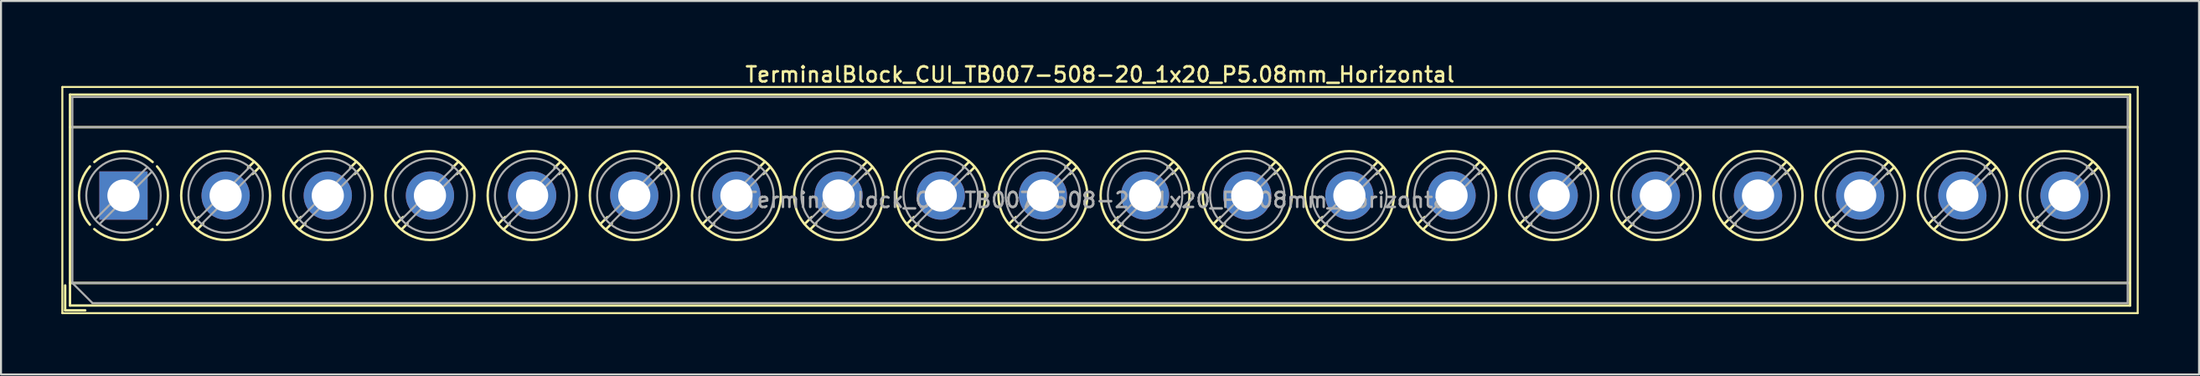
<source format=kicad_pcb>
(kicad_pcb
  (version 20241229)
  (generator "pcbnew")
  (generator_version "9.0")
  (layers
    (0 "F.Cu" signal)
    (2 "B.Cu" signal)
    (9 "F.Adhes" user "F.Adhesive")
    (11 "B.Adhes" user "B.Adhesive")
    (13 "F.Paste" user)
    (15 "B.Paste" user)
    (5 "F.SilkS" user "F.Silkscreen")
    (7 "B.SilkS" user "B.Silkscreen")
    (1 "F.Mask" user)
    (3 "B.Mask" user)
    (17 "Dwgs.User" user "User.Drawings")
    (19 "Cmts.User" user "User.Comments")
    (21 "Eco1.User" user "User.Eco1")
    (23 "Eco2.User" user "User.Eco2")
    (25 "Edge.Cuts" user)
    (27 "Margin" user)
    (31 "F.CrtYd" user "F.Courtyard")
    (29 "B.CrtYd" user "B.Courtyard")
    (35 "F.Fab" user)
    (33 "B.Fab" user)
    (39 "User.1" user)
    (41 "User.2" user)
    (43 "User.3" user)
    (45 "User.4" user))
  (footprint "TerminalBlock_CUI_TB007-508-20_1x20_P5.08mm_Horizontal"
    (layer "F.Cu")
    (at 3.09 6.678)
    (property "Reference" "TerminalBlock_CUI_TB007-508-20_1x20_P5.08mm_Horizontal" (at 48.56 -6.02 0) (layer "F.SilkS") (effects (font (size 0.75 0.75) (thickness 0.125))))
    (attr through_hole)
    (fp_line (start -3.04 -5.4) (end -3.04 5.85) (stroke (width 0.1) (type solid)) (layer "F.SilkS"))
    (fp_line (start -3.04 5.85) (end 100.16 5.85) (stroke (width 0.1) (type solid)) (layer "F.SilkS"))
    (fp_line (start -2.9 4.47) (end -2.9 5.71) (stroke (width 0.12) (type solid)) (layer "F.SilkS"))
    (fp_line (start -2.9 5.71) (end -1.9 5.71) (stroke (width 0.12) (type solid)) (layer "F.SilkS"))
    (fp_line (start -2.66 -5.02) (end -2.66 5.47) (stroke (width 0.12) (type solid)) (layer "F.SilkS"))
    (fp_line (start -2.66 -5.02) (end 99.78 -5.02) (stroke (width 0.12) (type solid)) (layer "F.SilkS"))
    (fp_line (start -2.66 -3.401) (end 99.78 -3.401) (stroke (width 0.12) (type solid)) (layer "F.SilkS"))
    (fp_line (start -2.66 4.35) (end 99.78 4.35) (stroke (width 0.12) (type solid)) (layer "F.SilkS"))
    (fp_line (start -2.66 5.47) (end 99.78 5.47) (stroke (width 0.12) (type solid)) (layer "F.SilkS"))
    (fp_line (start 3.743 1.068) (end 3.404 1.407) (stroke (width 0.12) (type solid)) (layer "F.SilkS"))
    (fp_line (start 3.967 1.384) (end 3.674 1.676) (stroke (width 0.12) (type solid)) (layer "F.SilkS"))
    (fp_line (start 6.487 -1.676) (end 6.194 -1.384) (stroke (width 0.12) (type solid)) (layer "F.SilkS"))
    (fp_line (start 6.757 -1.407) (end 6.418 -1.068) (stroke (width 0.12) (type solid)) (layer "F.SilkS"))
    (fp_line (start 8.823 1.068) (end 8.484 1.407) (stroke (width 0.12) (type solid)) (layer "F.SilkS"))
    (fp_line (start 9.047 1.384) (end 8.754 1.676) (stroke (width 0.12) (type solid)) (layer "F.SilkS"))
    (fp_line (start 11.567 -1.676) (end 11.274 -1.384) (stroke (width 0.12) (type solid)) (layer "F.SilkS"))
    (fp_line (start 11.837 -1.407) (end 11.498 -1.068) (stroke (width 0.12) (type solid)) (layer "F.SilkS"))
    (fp_line (start 13.903 1.068) (end 13.564 1.407) (stroke (width 0.12) (type solid)) (layer "F.SilkS"))
    (fp_line (start 14.127 1.384) (end 13.834 1.676) (stroke (width 0.12) (type solid)) (layer "F.SilkS"))
    (fp_line (start 16.647 -1.676) (end 16.354 -1.384) (stroke (width 0.12) (type solid)) (layer "F.SilkS"))
    (fp_line (start 16.917 -1.407) (end 16.578 -1.068) (stroke (width 0.12) (type solid)) (layer "F.SilkS"))
    (fp_line (start 18.983 1.068) (end 18.644 1.407) (stroke (width 0.12) (type solid)) (layer "F.SilkS"))
    (fp_line (start 19.207 1.384) (end 18.914 1.676) (stroke (width 0.12) (type solid)) (layer "F.SilkS"))
    (fp_line (start 21.727 -1.676) (end 21.434 -1.384) (stroke (width 0.12) (type solid)) (layer "F.SilkS"))
    (fp_line (start 21.997 -1.407) (end 21.658 -1.068) (stroke (width 0.12) (type solid)) (layer "F.SilkS"))
    (fp_line (start 24.063 1.068) (end 23.724 1.407) (stroke (width 0.12) (type solid)) (layer "F.SilkS"))
    (fp_line (start 24.287 1.384) (end 23.994 1.676) (stroke (width 0.12) (type solid)) (layer "F.SilkS"))
    (fp_line (start 26.807 -1.676) (end 26.514 -1.384) (stroke (width 0.12) (type solid)) (layer "F.SilkS"))
    (fp_line (start 27.077 -1.407) (end 26.738 -1.068) (stroke (width 0.12) (type solid)) (layer "F.SilkS"))
    (fp_line (start 29.143 1.068) (end 28.804 1.407) (stroke (width 0.12) (type solid)) (layer "F.SilkS"))
    (fp_line (start 29.367 1.384) (end 29.074 1.676) (stroke (width 0.12) (type solid)) (layer "F.SilkS"))
    (fp_line (start 31.887 -1.676) (end 31.594 -1.384) (stroke (width 0.12) (type solid)) (layer "F.SilkS"))
    (fp_line (start 32.157 -1.407) (end 31.818 -1.068) (stroke (width 0.12) (type solid)) (layer "F.SilkS"))
    (fp_line (start 34.223 1.068) (end 33.884 1.407) (stroke (width 0.12) (type solid)) (layer "F.SilkS"))
    (fp_line (start 34.447 1.384) (end 34.154 1.676) (stroke (width 0.12) (type solid)) (layer "F.SilkS"))
    (fp_line (start 36.967 -1.676) (end 36.674 -1.384) (stroke (width 0.12) (type solid)) (layer "F.SilkS"))
    (fp_line (start 37.237 -1.407) (end 36.898 -1.068) (stroke (width 0.12) (type solid)) (layer "F.SilkS"))
    (fp_line (start 39.303 1.068) (end 38.964 1.407) (stroke (width 0.12) (type solid)) (layer "F.SilkS"))
    (fp_line (start 39.527 1.384) (end 39.234 1.676) (stroke (width 0.12) (type solid)) (layer "F.SilkS"))
    (fp_line (start 42.047 -1.676) (end 41.754 -1.384) (stroke (width 0.12) (type solid)) (layer "F.SilkS"))
    (fp_line (start 42.317 -1.407) (end 41.978 -1.068) (stroke (width 0.12) (type solid)) (layer "F.SilkS"))
    (fp_line (start 44.383 1.068) (end 44.044 1.407) (stroke (width 0.12) (type solid)) (layer "F.SilkS"))
    (fp_line (start 44.607 1.384) (end 44.314 1.676) (stroke (width 0.12) (type solid)) (layer "F.SilkS"))
    (fp_line (start 47.127 -1.676) (end 46.834 -1.384) (stroke (width 0.12) (type solid)) (layer "F.SilkS"))
    (fp_line (start 47.397 -1.407) (end 47.058 -1.068) (stroke (width 0.12) (type solid)) (layer "F.SilkS"))
    (fp_line (start 49.463 1.068) (end 49.124 1.407) (stroke (width 0.12) (type solid)) (layer "F.SilkS"))
    (fp_line (start 49.687 1.384) (end 49.394 1.676) (stroke (width 0.12) (type solid)) (layer "F.SilkS"))
    (fp_line (start 52.207 -1.676) (end 51.914 -1.384) (stroke (width 0.12) (type solid)) (layer "F.SilkS"))
    (fp_line (start 52.477 -1.407) (end 52.138 -1.068) (stroke (width 0.12) (type solid)) (layer "F.SilkS"))
    (fp_line (start 54.543 1.068) (end 54.204 1.407) (stroke (width 0.12) (type solid)) (layer "F.SilkS"))
    (fp_line (start 54.767 1.384) (end 54.474 1.676) (stroke (width 0.12) (type solid)) (layer "F.SilkS"))
    (fp_line (start 57.287 -1.676) (end 56.994 -1.384) (stroke (width 0.12) (type solid)) (layer "F.SilkS"))
    (fp_line (start 57.557 -1.407) (end 57.218 -1.068) (stroke (width 0.12) (type solid)) (layer "F.SilkS"))
    (fp_line (start 59.623 1.068) (end 59.284 1.407) (stroke (width 0.12) (type solid)) (layer "F.SilkS"))
    (fp_line (start 59.847 1.384) (end 59.554 1.676) (stroke (width 0.12) (type solid)) (layer "F.SilkS"))
    (fp_line (start 62.367 -1.676) (end 62.074 -1.384) (stroke (width 0.12) (type solid)) (layer "F.SilkS"))
    (fp_line (start 62.637 -1.407) (end 62.298 -1.068) (stroke (width 0.12) (type solid)) (layer "F.SilkS"))
    (fp_line (start 64.703 1.068) (end 64.364 1.407) (stroke (width 0.12) (type solid)) (layer "F.SilkS"))
    (fp_line (start 64.927 1.384) (end 64.634 1.676) (stroke (width 0.12) (type solid)) (layer "F.SilkS"))
    (fp_line (start 67.447 -1.676) (end 67.154 -1.384) (stroke (width 0.12) (type solid)) (layer "F.SilkS"))
    (fp_line (start 67.717 -1.407) (end 67.378 -1.068) (stroke (width 0.12) (type solid)) (layer "F.SilkS"))
    (fp_line (start 69.783 1.068) (end 69.444 1.407) (stroke (width 0.12) (type solid)) (layer "F.SilkS"))
    (fp_line (start 70.007 1.384) (end 69.714 1.676) (stroke (width 0.12) (type solid)) (layer "F.SilkS"))
    (fp_line (start 72.527 -1.676) (end 72.234 -1.384) (stroke (width 0.12) (type solid)) (layer "F.SilkS"))
    (fp_line (start 72.797 -1.407) (end 72.458 -1.068) (stroke (width 0.12) (type solid)) (layer "F.SilkS"))
    (fp_line (start 74.863 1.068) (end 74.524 1.407) (stroke (width 0.12) (type solid)) (layer "F.SilkS"))
    (fp_line (start 75.087 1.384) (end 74.794 1.676) (stroke (width 0.12) (type solid)) (layer "F.SilkS"))
    (fp_line (start 77.607 -1.676) (end 77.314 -1.384) (stroke (width 0.12) (type solid)) (layer "F.SilkS"))
    (fp_line (start 77.877 -1.407) (end 77.538 -1.068) (stroke (width 0.12) (type solid)) (layer "F.SilkS"))
    (fp_line (start 79.943 1.068) (end 79.604 1.407) (stroke (width 0.12) (type solid)) (layer "F.SilkS"))
    (fp_line (start 80.167 1.384) (end 79.874 1.676) (stroke (width 0.12) (type solid)) (layer "F.SilkS"))
    (fp_line (start 82.687 -1.676) (end 82.394 -1.384) (stroke (width 0.12) (type solid)) (layer "F.SilkS"))
    (fp_line (start 82.957 -1.407) (end 82.618 -1.068) (stroke (width 0.12) (type solid)) (layer "F.SilkS"))
    (fp_line (start 85.023 1.068) (end 84.684 1.407) (stroke (width 0.12) (type solid)) (layer "F.SilkS"))
    (fp_line (start 85.247 1.384) (end 84.954 1.676) (stroke (width 0.12) (type solid)) (layer "F.SilkS"))
    (fp_line (start 87.767 -1.676) (end 87.474 -1.384) (stroke (width 0.12) (type solid)) (layer "F.SilkS"))
    (fp_line (start 88.037 -1.407) (end 87.698 -1.068) (stroke (width 0.12) (type solid)) (layer "F.SilkS"))
    (fp_line (start 90.103 1.068) (end 89.764 1.407) (stroke (width 0.12) (type solid)) (layer "F.SilkS"))
    (fp_line (start 90.327 1.384) (end 90.034 1.676) (stroke (width 0.12) (type solid)) (layer "F.SilkS"))
    (fp_line (start 92.847 -1.676) (end 92.554 -1.384) (stroke (width 0.12) (type solid)) (layer "F.SilkS"))
    (fp_line (start 93.117 -1.407) (end 92.778 -1.068) (stroke (width 0.12) (type solid)) (layer "F.SilkS"))
    (fp_line (start 95.183 1.068) (end 94.844 1.407) (stroke (width 0.12) (type solid)) (layer "F.SilkS"))
    (fp_line (start 95.407 1.384) (end 95.114 1.676) (stroke (width 0.12) (type solid)) (layer "F.SilkS"))
    (fp_line (start 97.927 -1.676) (end 97.634 -1.384) (stroke (width 0.12) (type solid)) (layer "F.SilkS"))
    (fp_line (start 98.197 -1.407) (end 97.858 -1.068) (stroke (width 0.12) (type solid)) (layer "F.SilkS"))
    (fp_line (start 99.78 -5.02) (end 99.78 5.47) (stroke (width 0.12) (type solid)) (layer "F.SilkS"))
    (fp_line (start 100.16 -5.4) (end -3.04 -5.4) (stroke (width 0.1) (type solid)) (layer "F.SilkS"))
    (fp_line (start 100.16 5.85) (end 100.16 -5.4) (stroke (width 0.1) (type solid)) (layer "F.SilkS"))
    (fp_arc (start -1.66902 1.449827) (mid -2.210797 -0.000777) (end -1.668 -1.451) (stroke (width 0.12) (type solid)) (layer "F.SilkS"))
    (fp_arc (start -1.449827 -1.66902) (mid 0.000777 -2.210797) (end 1.451 -1.668) (stroke (width 0.12) (type solid)) (layer "F.SilkS"))
    (fp_arc (start 0.037807 2.210474) (mid -0.756867 2.077204) (end -1.451 1.668) (stroke (width 0.12) (type solid)) (layer "F.SilkS"))
    (fp_arc (start 1.44989 1.667908) (mid 0.773958 2.070046) (end 0 2.21) (stroke (width 0.12) (type solid)) (layer "F.SilkS"))
    (fp_arc (start 1.668029 -1.449966) (mid 2.210141 0.000022) (end 1.668 1.45) (stroke (width 0.12) (type solid)) (layer "F.SilkS"))
    (fp_circle (center 5.08 0) (end 7.29 0) (stroke (width 0.12) (type solid)) (fill no) (layer "F.SilkS"))
    (fp_circle (center 10.16 0) (end 12.37 0) (stroke (width 0.12) (type solid)) (fill no) (layer "F.SilkS"))
    (fp_circle (center 15.24 0) (end 17.45 0) (stroke (width 0.12) (type solid)) (fill no) (layer "F.SilkS"))
    (fp_circle (center 20.32 0) (end 22.53 0) (stroke (width 0.12) (type solid)) (fill no) (layer "F.SilkS"))
    (fp_circle (center 25.4 0) (end 27.61 0) (stroke (width 0.12) (type solid)) (fill no) (layer "F.SilkS"))
    (fp_circle (center 30.48 0) (end 32.69 0) (stroke (width 0.12) (type solid)) (fill no) (layer "F.SilkS"))
    (fp_circle (center 35.56 0) (end 37.77 0) (stroke (width 0.12) (type solid)) (fill no) (layer "F.SilkS"))
    (fp_circle (center 40.64 0) (end 42.85 0) (stroke (width 0.12) (type solid)) (fill no) (layer "F.SilkS"))
    (fp_circle (center 45.72 0) (end 47.93 0) (stroke (width 0.12) (type solid)) (fill no) (layer "F.SilkS"))
    (fp_circle (center 50.8 0) (end 53.01 0) (stroke (width 0.12) (type solid)) (fill no) (layer "F.SilkS"))
    (fp_circle (center 55.88 0) (end 58.09 0) (stroke (width 0.12) (type solid)) (fill no) (layer "F.SilkS"))
    (fp_circle (center 60.96 0) (end 63.17 0) (stroke (width 0.12) (type solid)) (fill no) (layer "F.SilkS"))
    (fp_circle (center 66.04 0) (end 68.25 0) (stroke (width 0.12) (type solid)) (fill no) (layer "F.SilkS"))
    (fp_circle (center 71.12 0) (end 73.33 0) (stroke (width 0.12) (type solid)) (fill no) (layer "F.SilkS"))
    (fp_circle (center 76.2 0) (end 78.41 0) (stroke (width 0.12) (type solid)) (fill no) (layer "F.SilkS"))
    (fp_circle (center 81.28 0) (end 83.49 0) (stroke (width 0.12) (type solid)) (fill no) (layer "F.SilkS"))
    (fp_circle (center 86.36 0) (end 88.57 0) (stroke (width 0.12) (type solid)) (fill no) (layer "F.SilkS"))
    (fp_circle (center 91.44 0) (end 93.65 0) (stroke (width 0.12) (type solid)) (fill no) (layer "F.SilkS"))
    (fp_circle (center 96.52 0) (end 98.73 0) (stroke (width 0.12) (type solid)) (fill no) (layer "F.SilkS"))
    (fp_line (start -2.54 -4.9) (end 99.66 -4.9) (stroke (width 0.1) (type solid)) (layer "F.Fab"))
    (fp_line (start -2.54 -3.4) (end 99.66 -3.4) (stroke (width 0.1) (type solid)) (layer "F.Fab"))
    (fp_line (start -2.54 4.35) (end -2.54 -4.9) (stroke (width 0.1) (type solid)) (layer "F.Fab"))
    (fp_line (start -2.54 4.35) (end 99.66 4.35) (stroke (width 0.1) (type solid)) (layer "F.Fab"))
    (fp_line (start -1.54 5.35) (end -2.54 4.35) (stroke (width 0.1) (type solid)) (layer "F.Fab"))
    (fp_line (start 1.178 -1.403) (end -1.404 1.178) (stroke (width 0.1) (type solid)) (layer "F.Fab"))
    (fp_line (start 1.404 -1.178) (end -1.178 1.403) (stroke (width 0.1) (type solid)) (layer "F.Fab"))
    (fp_line (start 6.258 -1.403) (end 3.677 1.178) (stroke (width 0.1) (type solid)) (layer "F.Fab"))
    (fp_line (start 6.484 -1.178) (end 3.903 1.403) (stroke (width 0.1) (type solid)) (layer "F.Fab"))
    (fp_line (start 11.338 -1.403) (end 8.757 1.178) (stroke (width 0.1) (type solid)) (layer "F.Fab"))
    (fp_line (start 11.564 -1.178) (end 8.983 1.403) (stroke (width 0.1) (type solid)) (layer "F.Fab"))
    (fp_line (start 16.418 -1.403) (end 13.837 1.178) (stroke (width 0.1) (type solid)) (layer "F.Fab"))
    (fp_line (start 16.644 -1.178) (end 14.063 1.403) (stroke (width 0.1) (type solid)) (layer "F.Fab"))
    (fp_line (start 21.498 -1.403) (end 18.917 1.178) (stroke (width 0.1) (type solid)) (layer "F.Fab"))
    (fp_line (start 21.724 -1.178) (end 19.143 1.403) (stroke (width 0.1) (type solid)) (layer "F.Fab"))
    (fp_line (start 26.578 -1.403) (end 23.997 1.178) (stroke (width 0.1) (type solid)) (layer "F.Fab"))
    (fp_line (start 26.804 -1.178) (end 24.223 1.403) (stroke (width 0.1) (type solid)) (layer "F.Fab"))
    (fp_line (start 31.658 -1.403) (end 29.077 1.178) (stroke (width 0.1) (type solid)) (layer "F.Fab"))
    (fp_line (start 31.884 -1.178) (end 29.303 1.403) (stroke (width 0.1) (type solid)) (layer "F.Fab"))
    (fp_line (start 36.738 -1.403) (end 34.157 1.178) (stroke (width 0.1) (type solid)) (layer "F.Fab"))
    (fp_line (start 36.964 -1.178) (end 34.383 1.403) (stroke (width 0.1) (type solid)) (layer "F.Fab"))
    (fp_line (start 41.818 -1.403) (end 39.237 1.178) (stroke (width 0.1) (type solid)) (layer "F.Fab"))
    (fp_line (start 42.044 -1.178) (end 39.463 1.403) (stroke (width 0.1) (type solid)) (layer "F.Fab"))
    (fp_line (start 46.898 -1.403) (end 44.317 1.178) (stroke (width 0.1) (type solid)) (layer "F.Fab"))
    (fp_line (start 47.124 -1.178) (end 44.543 1.403) (stroke (width 0.1) (type solid)) (layer "F.Fab"))
    (fp_line (start 51.978 -1.403) (end 49.397 1.178) (stroke (width 0.1) (type solid)) (layer "F.Fab"))
    (fp_line (start 52.204 -1.178) (end 49.623 1.403) (stroke (width 0.1) (type solid)) (layer "F.Fab"))
    (fp_line (start 57.058 -1.403) (end 54.477 1.178) (stroke (width 0.1) (type solid)) (layer "F.Fab"))
    (fp_line (start 57.284 -1.178) (end 54.703 1.403) (stroke (width 0.1) (type solid)) (layer "F.Fab"))
    (fp_line (start 62.138 -1.403) (end 59.557 1.178) (stroke (width 0.1) (type solid)) (layer "F.Fab"))
    (fp_line (start 62.364 -1.178) (end 59.783 1.403) (stroke (width 0.1) (type solid)) (layer "F.Fab"))
    (fp_line (start 67.218 -1.403) (end 64.637 1.178) (stroke (width 0.1) (type solid)) (layer "F.Fab"))
    (fp_line (start 67.444 -1.178) (end 64.863 1.403) (stroke (width 0.1) (type solid)) (layer "F.Fab"))
    (fp_line (start 72.298 -1.403) (end 69.717 1.178) (stroke (width 0.1) (type solid)) (layer "F.Fab"))
    (fp_line (start 72.524 -1.178) (end 69.943 1.403) (stroke (width 0.1) (type solid)) (layer "F.Fab"))
    (fp_line (start 77.378 -1.403) (end 74.797 1.178) (stroke (width 0.1) (type solid)) (layer "F.Fab"))
    (fp_line (start 77.604 -1.178) (end 75.023 1.403) (stroke (width 0.1) (type solid)) (layer "F.Fab"))
    (fp_line (start 82.458 -1.403) (end 79.877 1.178) (stroke (width 0.1) (type solid)) (layer "F.Fab"))
    (fp_line (start 82.684 -1.178) (end 80.103 1.403) (stroke (width 0.1) (type solid)) (layer "F.Fab"))
    (fp_line (start 87.538 -1.403) (end 84.957 1.178) (stroke (width 0.1) (type solid)) (layer "F.Fab"))
    (fp_line (start 87.764 -1.178) (end 85.183 1.403) (stroke (width 0.1) (type solid)) (layer "F.Fab"))
    (fp_line (start 92.618 -1.403) (end 90.037 1.178) (stroke (width 0.1) (type solid)) (layer "F.Fab"))
    (fp_line (start 92.844 -1.178) (end 90.263 1.403) (stroke (width 0.1) (type solid)) (layer "F.Fab"))
    (fp_line (start 97.698 -1.403) (end 95.117 1.178) (stroke (width 0.1) (type solid)) (layer "F.Fab"))
    (fp_line (start 97.924 -1.178) (end 95.343 1.403) (stroke (width 0.1) (type solid)) (layer "F.Fab"))
    (fp_line (start 99.66 -4.9) (end 99.66 5.35) (stroke (width 0.1) (type solid)) (layer "F.Fab"))
    (fp_line (start 99.66 5.35) (end -1.54 5.35) (stroke (width 0.1) (type solid)) (layer "F.Fab"))
    (fp_circle (center 0 0) (end 1.85 0) (stroke (width 0.1) (type solid)) (fill no) (layer "F.Fab"))
    (fp_circle (center 5.08 0) (end 6.93 0) (stroke (width 0.1) (type solid)) (fill no) (layer "F.Fab"))
    (fp_circle (center 10.16 0) (end 12.01 0) (stroke (width 0.1) (type solid)) (fill no) (layer "F.Fab"))
    (fp_circle (center 15.24 0) (end 17.09 0) (stroke (width 0.1) (type solid)) (fill no) (layer "F.Fab"))
    (fp_circle (center 20.32 0) (end 22.17 0) (stroke (width 0.1) (type solid)) (fill no) (layer "F.Fab"))
    (fp_circle (center 25.4 0) (end 27.25 0) (stroke (width 0.1) (type solid)) (fill no) (layer "F.Fab"))
    (fp_circle (center 30.48 0) (end 32.33 0) (stroke (width 0.1) (type solid)) (fill no) (layer "F.Fab"))
    (fp_circle (center 35.56 0) (end 37.41 0) (stroke (width 0.1) (type solid)) (fill no) (layer "F.Fab"))
    (fp_circle (center 40.64 0) (end 42.49 0) (stroke (width 0.1) (type solid)) (fill no) (layer "F.Fab"))
    (fp_circle (center 45.72 0) (end 47.57 0) (stroke (width 0.1) (type solid)) (fill no) (layer "F.Fab"))
    (fp_circle (center 50.8 0) (end 52.65 0) (stroke (width 0.1) (type solid)) (fill no) (layer "F.Fab"))
    (fp_circle (center 55.88 0) (end 57.73 0) (stroke (width 0.1) (type solid)) (fill no) (layer "F.Fab"))
    (fp_circle (center 60.96 0) (end 62.81 0) (stroke (width 0.1) (type solid)) (fill no) (layer "F.Fab"))
    (fp_circle (center 66.04 0) (end 67.89 0) (stroke (width 0.1) (type solid)) (fill no) (layer "F.Fab"))
    (fp_circle (center 71.12 0) (end 72.97 0) (stroke (width 0.1) (type solid)) (fill no) (layer "F.Fab"))
    (fp_circle (center 76.2 0) (end 78.05 0) (stroke (width 0.1) (type solid)) (fill no) (layer "F.Fab"))
    (fp_circle (center 81.28 0) (end 83.13 0) (stroke (width 0.1) (type solid)) (fill no) (layer "F.Fab"))
    (fp_circle (center 86.36 0) (end 88.21 0) (stroke (width 0.1) (type solid)) (fill no) (layer "F.Fab"))
    (fp_circle (center 91.44 0) (end 93.29 0) (stroke (width 0.1) (type solid)) (fill no) (layer "F.Fab"))
    (fp_circle (center 96.52 0) (end 98.37 0) (stroke (width 0.1) (type solid)) (fill no) (layer "F.Fab"))
    (fp_text user "${REFERENCE}" (at 48.56 0.225 0) (layer "F.Fab") (effects (font (size 0.75 0.75) (thickness 0.125))))
    (pad "1" thru_hole rect (at 0 0) (size 2.4 2.4) (drill 1.6) (layers "*.Cu" "*.Mask"))
    (pad "2" thru_hole circle (at 5.08 0) (size 2.4 2.4) (drill 1.6) (layers "*.Cu" "*.Mask"))
    (pad "3" thru_hole circle (at 10.16 0) (size 2.4 2.4) (drill 1.6) (layers "*.Cu" "*.Mask"))
    (pad "4" thru_hole circle (at 15.24 0) (size 2.4 2.4) (drill 1.6) (layers "*.Cu" "*.Mask"))
    (pad "5" thru_hole circle (at 20.32 0) (size 2.4 2.4) (drill 1.6) (layers "*.Cu" "*.Mask"))
    (pad "6" thru_hole circle (at 25.4 0) (size 2.4 2.4) (drill 1.6) (layers "*.Cu" "*.Mask"))
    (pad "7" thru_hole circle (at 30.48 0) (size 2.4 2.4) (drill 1.6) (layers "*.Cu" "*.Mask"))
    (pad "8" thru_hole circle (at 35.56 0) (size 2.4 2.4) (drill 1.6) (layers "*.Cu" "*.Mask"))
    (pad "9" thru_hole circle (at 40.64 0) (size 2.4 2.4) (drill 1.6) (layers "*.Cu" "*.Mask"))
    (pad "10" thru_hole circle (at 45.72 0) (size 2.4 2.4) (drill 1.6) (layers "*.Cu" "*.Mask"))
    (pad "11" thru_hole circle (at 50.8 0) (size 2.4 2.4) (drill 1.6) (layers "*.Cu" "*.Mask"))
    (pad "12" thru_hole circle (at 55.88 0) (size 2.4 2.4) (drill 1.6) (layers "*.Cu" "*.Mask"))
    (pad "13" thru_hole circle (at 60.96 0) (size 2.4 2.4) (drill 1.6) (layers "*.Cu" "*.Mask"))
    (pad "14" thru_hole circle (at 66.04 0) (size 2.4 2.4) (drill 1.6) (layers "*.Cu" "*.Mask"))
    (pad "15" thru_hole circle (at 71.12 0) (size 2.4 2.4) (drill 1.6) (layers "*.Cu" "*.Mask"))
    (pad "16" thru_hole circle (at 76.2 0) (size 2.4 2.4) (drill 1.6) (layers "*.Cu" "*.Mask"))
    (pad "17" thru_hole circle (at 81.28 0) (size 2.4 2.4) (drill 1.6) (layers "*.Cu" "*.Mask"))
    (pad "18" thru_hole circle (at 86.36 0) (size 2.4 2.4) (drill 1.6) (layers "*.Cu" "*.Mask"))
    (pad "19" thru_hole circle (at 91.44 0) (size 2.4 2.4) (drill 1.6) (layers "*.Cu" "*.Mask"))
    (pad "20" thru_hole circle (at 96.52 0) (size 2.4 2.4) (drill 1.6) (layers "*.Cu" "*.Mask")))
  (gr_rect
    (start -3 -3)
    (end 106.3 15.578)
    (stroke (width 0.1) (type default))
    (fill no)
    (layer "Edge.Cuts")))
</source>
